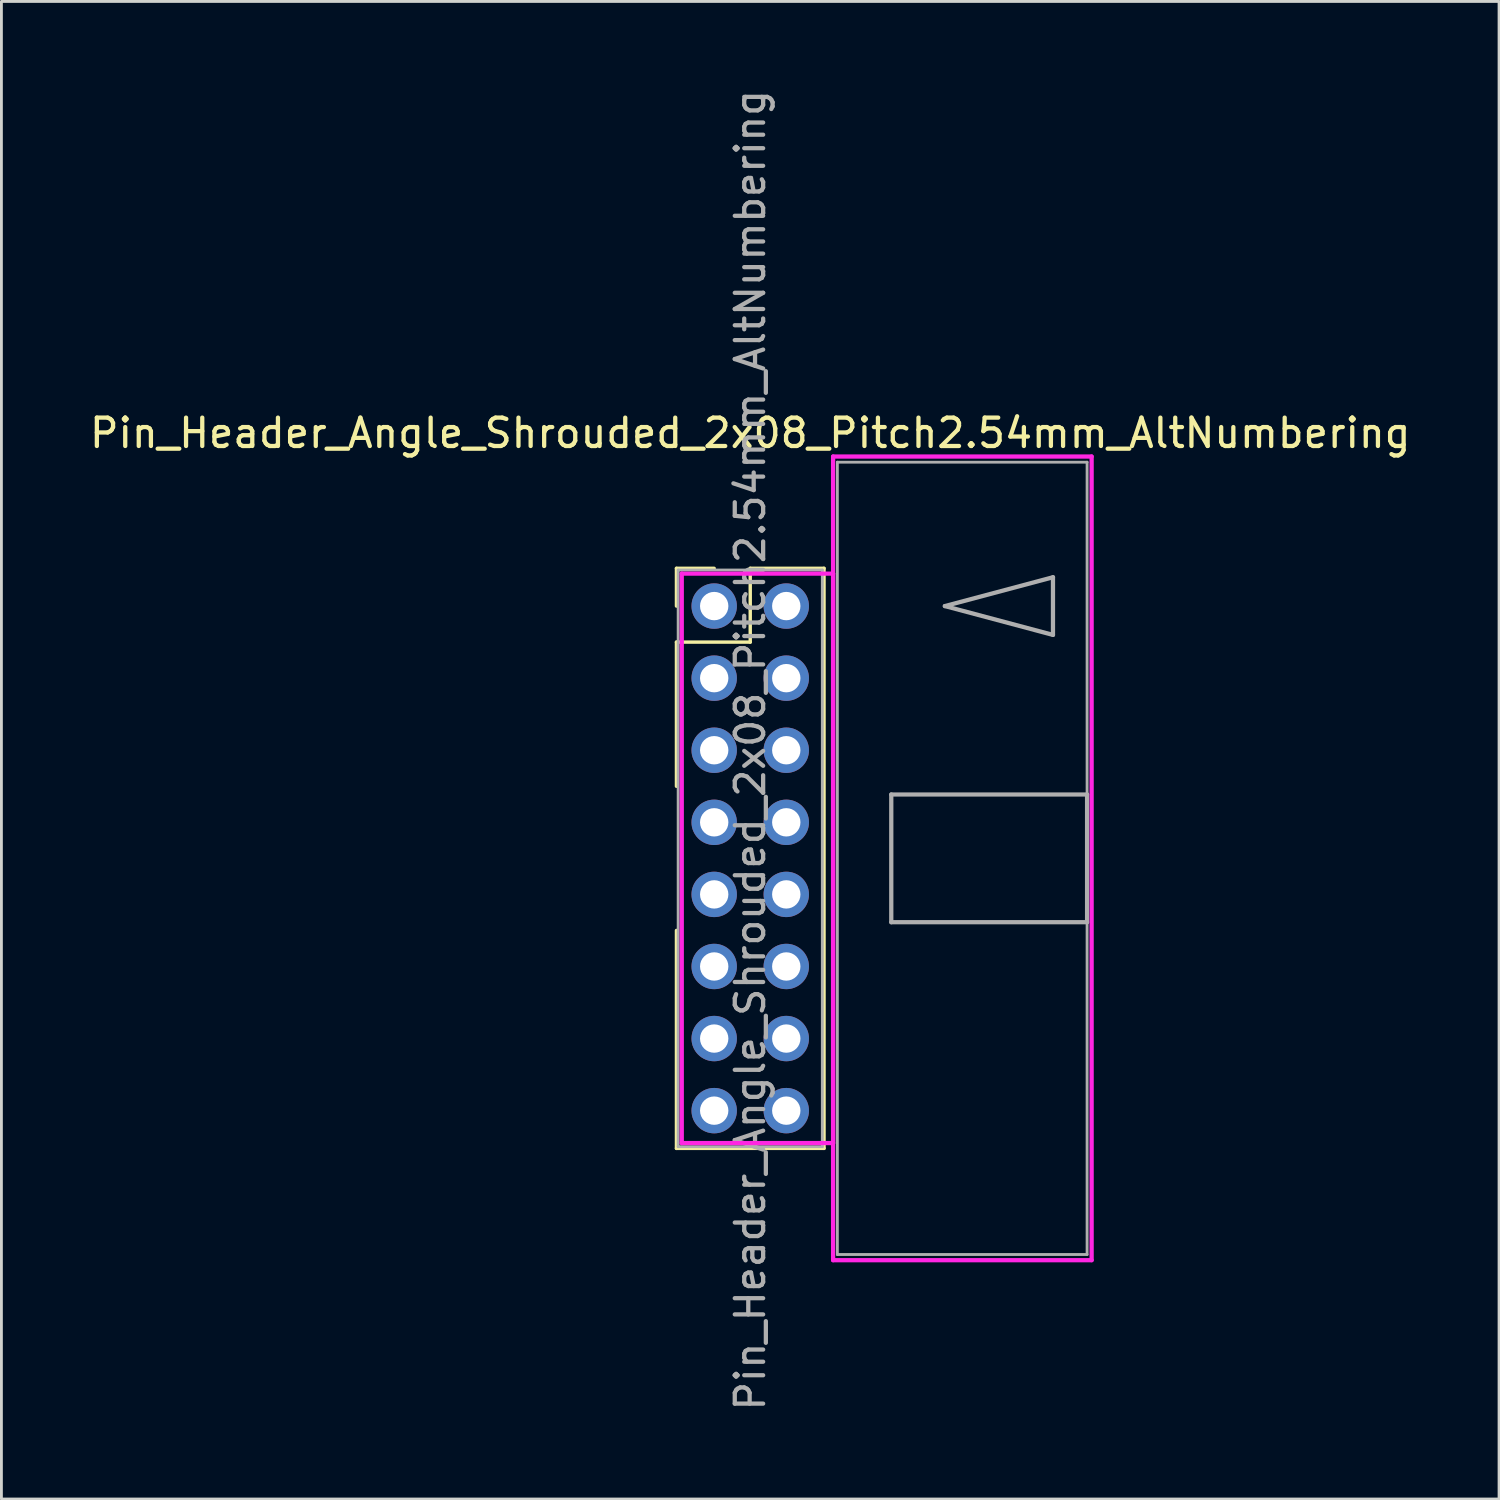
<source format=kicad_pcb>
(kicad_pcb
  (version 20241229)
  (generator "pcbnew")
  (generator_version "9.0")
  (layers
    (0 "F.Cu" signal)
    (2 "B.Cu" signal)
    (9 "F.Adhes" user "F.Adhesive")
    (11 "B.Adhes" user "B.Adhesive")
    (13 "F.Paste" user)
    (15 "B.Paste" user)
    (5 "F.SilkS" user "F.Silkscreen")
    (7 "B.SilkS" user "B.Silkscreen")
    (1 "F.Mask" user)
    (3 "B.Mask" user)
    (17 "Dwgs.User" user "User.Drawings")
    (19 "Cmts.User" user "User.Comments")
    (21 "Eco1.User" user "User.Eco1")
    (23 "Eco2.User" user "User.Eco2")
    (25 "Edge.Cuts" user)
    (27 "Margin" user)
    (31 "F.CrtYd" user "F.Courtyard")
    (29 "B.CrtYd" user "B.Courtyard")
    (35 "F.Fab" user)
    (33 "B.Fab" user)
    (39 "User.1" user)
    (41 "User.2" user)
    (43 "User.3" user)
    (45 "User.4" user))
  (footprint "Pin_Header_Angle_Shrouded_2x08_Pitch2.54mm_AltNumbering"
    (layer "F.Cu")
    (at 22.117 18.307)
    (property "Reference" "Pin_Header_Angle_Shrouded_2x08_Pitch2.54mm_AltNumbering" (at 1.27 -6.096 0) (layer "F.SilkS") (effects (font (size 1 1) (thickness 0.15))))
    (attr through_hole)
    (fp_line (start -1.33 -1.33) (end 0 -1.33) (stroke (width 0.12) (type solid)) (layer "F.SilkS"))
    (fp_line (start -1.33 0) (end -1.33 -1.33) (stroke (width 0.12) (type solid)) (layer "F.SilkS"))
    (fp_line (start -1.33 1.27) (end -1.33 6.35) (stroke (width 0.12) (type solid)) (layer "F.SilkS"))
    (fp_line (start -1.33 1.27) (end 1.27 1.27) (stroke (width 0.12) (type solid)) (layer "F.SilkS"))
    (fp_line (start -1.33 11.43) (end -1.33 19.11) (stroke (width 0.12) (type solid)) (layer "F.SilkS"))
    (fp_line (start -1.33 19.11) (end 3.87 19.11) (stroke (width 0.12) (type solid)) (layer "F.SilkS"))
    (fp_line (start 1.27 -1.33) (end 3.87 -1.33) (stroke (width 0.12) (type solid)) (layer "F.SilkS"))
    (fp_line (start 1.27 1.27) (end 1.27 -1.33) (stroke (width 0.12) (type solid)) (layer "F.SilkS"))
    (fp_line (start 3.87 -1.33) (end 3.87 19.11) (stroke (width 0.12) (type solid)) (layer "F.SilkS"))
    (fp_line (start -1.143 -1.143) (end -1.143 18.923) (stroke (width 0.15) (type solid)) (layer "F.CrtYd"))
    (fp_line (start -1.143 18.923) (end 4.19 18.923) (stroke (width 0.15) (type solid)) (layer "F.CrtYd"))
    (fp_line (start 4.19 -5.27) (end 4.19 23.05) (stroke (width 0.15) (type solid)) (layer "F.CrtYd"))
    (fp_line (start 4.19 -1.143) (end -1.143 -1.143) (stroke (width 0.15) (type solid)) (layer "F.CrtYd"))
    (fp_line (start 4.19 18.923) (end 4.19 -1.143) (stroke (width 0.15) (type solid)) (layer "F.CrtYd"))
    (fp_line (start 4.19 23.05) (end 13.3 23.05) (stroke (width 0.15) (type solid)) (layer "F.CrtYd"))
    (fp_line (start 13.3 -5.27) (end 4.19 -5.27) (stroke (width 0.15) (type solid)) (layer "F.CrtYd"))
    (fp_line (start 13.3 23.05) (end 13.3 -5.27) (stroke (width 0.15) (type solid)) (layer "F.CrtYd"))
    (fp_line (start -1.27 -1.27) (end -1.27 19.05) (stroke (width 0.1) (type solid)) (layer "F.Fab"))
    (fp_line (start -1.27 19.05) (end 3.81 19.05) (stroke (width 0.1) (type solid)) (layer "F.Fab"))
    (fp_line (start 3.81 -1.27) (end -1.27 -1.27) (stroke (width 0.1) (type solid)) (layer "F.Fab"))
    (fp_line (start 3.81 19.05) (end 3.81 -1.27) (stroke (width 0.1) (type solid)) (layer "F.Fab"))
    (fp_line (start 4.34 -5.07) (end 4.34 22.85) (stroke (width 0.1) (type solid)) (layer "F.Fab"))
    (fp_line (start 4.34 22.85) (end 13.14 22.85) (stroke (width 0.1) (type solid)) (layer "F.Fab"))
    (fp_line (start 6.24 6.64) (end 6.24 11.14) (stroke (width 0.15) (type solid)) (layer "F.Fab"))
    (fp_line (start 6.24 11.14) (end 13.14 11.14) (stroke (width 0.15) (type solid)) (layer "F.Fab"))
    (fp_line (start 8.128 0) (end 11.938 -1.016) (stroke (width 0.15) (type solid)) (layer "F.Fab"))
    (fp_line (start 11.938 -1.016) (end 11.938 1.016) (stroke (width 0.15) (type solid)) (layer "F.Fab"))
    (fp_line (start 11.938 1.016) (end 8.128 0) (stroke (width 0.15) (type solid)) (layer "F.Fab"))
    (fp_line (start 13.14 -5.07) (end 4.34 -5.07) (stroke (width 0.1) (type solid)) (layer "F.Fab"))
    (fp_line (start 13.14 6.64) (end 6.24 6.64) (stroke (width 0.15) (type solid)) (layer "F.Fab"))
    (fp_line (start 13.14 11.14) (end 13.14 6.64) (stroke (width 0.15) (type solid)) (layer "F.Fab"))
    (fp_line (start 13.14 22.85) (end 13.14 -5.07) (stroke (width 0.1) (type solid)) (layer "F.Fab"))
    (fp_text user "${REFERENCE}" (at 1.27 5.08 90) (layer "F.Fab") (effects (font (size 1 1) (thickness 0.15))))
    (pad "1" thru_hole oval (at 0 0) (size 1.6 1.6) (drill 1) (layers "*.Cu" "*.Mask"))
    (pad "2" thru_hole oval (at 0 2.54) (size 1.6 1.6) (drill 1) (layers "*.Cu" "*.Mask"))
    (pad "3" thru_hole oval (at 0 5.08) (size 1.6 1.6) (drill 1) (layers "*.Cu" "*.Mask"))
    (pad "4" thru_hole oval (at 0 7.62) (size 1.6 1.6) (drill 1) (layers "*.Cu" "*.Mask"))
    (pad "5" thru_hole oval (at 0 10.16) (size 1.6 1.6) (drill 1) (layers "*.Cu" "*.Mask"))
    (pad "6" thru_hole oval (at 0 12.7) (size 1.6 1.6) (drill 1) (layers "*.Cu" "*.Mask"))
    (pad "7" thru_hole oval (at 0 15.24) (size 1.6 1.6) (drill 1) (layers "*.Cu" "*.Mask"))
    (pad "8" thru_hole oval (at 0 17.78) (size 1.6 1.6) (drill 1) (layers "*.Cu" "*.Mask"))
    (pad "9" thru_hole oval (at 2.54 0) (size 1.6 1.6) (drill 1) (layers "*.Cu" "*.Mask"))
    (pad "10" thru_hole oval (at 2.54 2.54) (size 1.6 1.6) (drill 1) (layers "*.Cu" "*.Mask"))
    (pad "11" thru_hole oval (at 2.54 5.08) (size 1.6 1.6) (drill 1) (layers "*.Cu" "*.Mask"))
    (pad "12" thru_hole oval (at 2.54 7.62) (size 1.6 1.6) (drill 1) (layers "*.Cu" "*.Mask"))
    (pad "13" thru_hole oval (at 2.54 10.16) (size 1.6 1.6) (drill 1) (layers "*.Cu" "*.Mask"))
    (pad "14" thru_hole oval (at 2.54 12.7) (size 1.6 1.6) (drill 1) (layers "*.Cu" "*.Mask"))
    (pad "15" thru_hole oval (at 2.54 15.24) (size 1.6 1.6) (drill 1) (layers "*.Cu" "*.Mask"))
    (pad "16" thru_hole oval (at 2.54 17.78) (size 1.6 1.6) (drill 1) (layers "*.Cu" "*.Mask")))
  (gr_rect
    (start -3 -3)
    (end 49.774 49.774)
    (stroke (width 0.1) (type default))
    (fill no)
    (layer "Edge.Cuts")))
</source>
